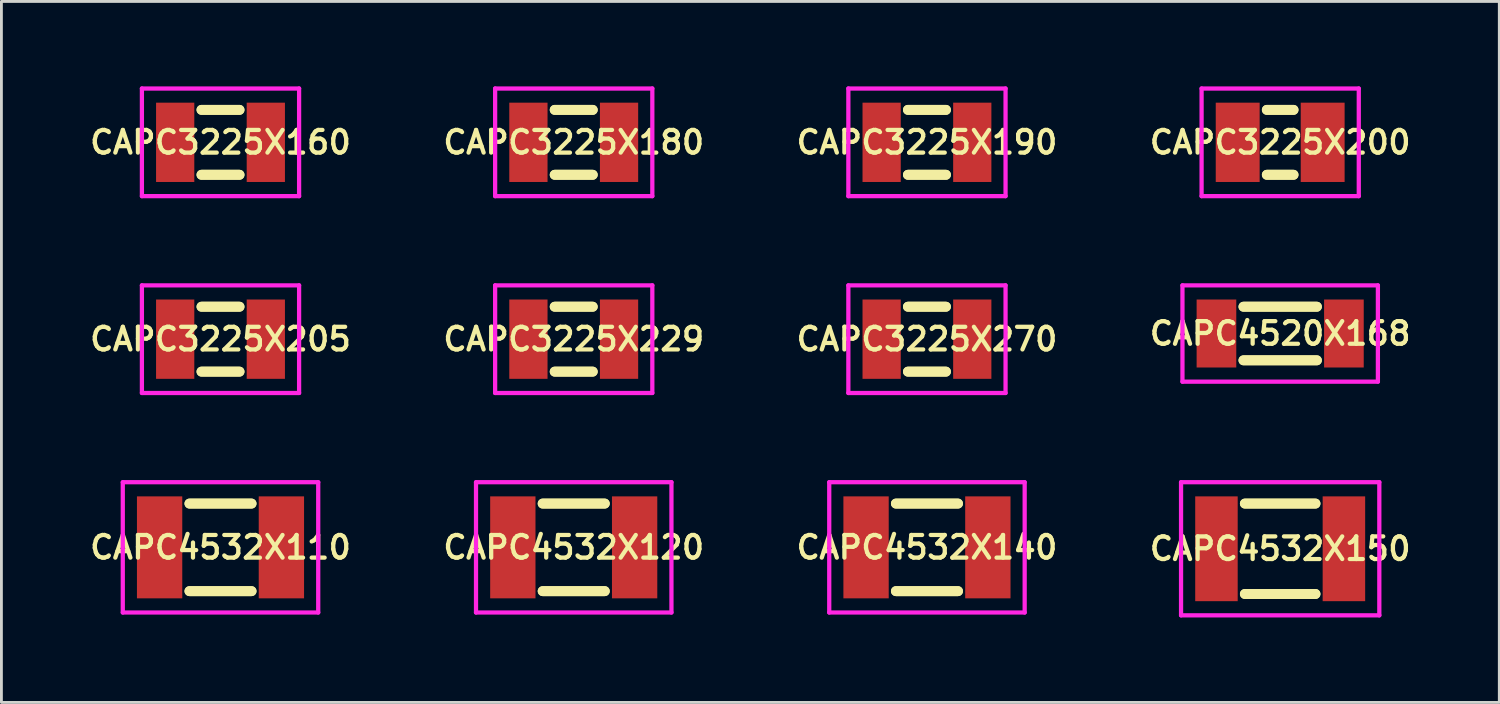
<source format=kicad_pcb>
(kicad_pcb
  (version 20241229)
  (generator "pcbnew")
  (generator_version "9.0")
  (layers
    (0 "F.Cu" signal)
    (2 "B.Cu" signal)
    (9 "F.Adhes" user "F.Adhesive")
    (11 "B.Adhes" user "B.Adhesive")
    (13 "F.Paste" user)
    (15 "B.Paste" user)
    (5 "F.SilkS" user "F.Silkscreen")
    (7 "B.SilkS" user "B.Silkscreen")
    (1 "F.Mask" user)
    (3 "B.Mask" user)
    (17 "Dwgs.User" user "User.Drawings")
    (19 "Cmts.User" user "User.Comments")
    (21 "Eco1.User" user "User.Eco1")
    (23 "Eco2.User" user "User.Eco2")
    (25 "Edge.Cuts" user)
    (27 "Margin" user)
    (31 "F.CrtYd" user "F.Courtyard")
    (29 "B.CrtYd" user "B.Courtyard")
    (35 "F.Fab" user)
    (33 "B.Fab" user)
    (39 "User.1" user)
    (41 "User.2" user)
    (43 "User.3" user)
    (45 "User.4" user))
  (footprint "CAPC3225X205"
    (layer "F.Cu")
    (at 4.735 8.925)
    (property "Reference" "CAPC3225X205" (at 0 0 0) (layer "F.SilkS") (effects (font (size 0.8 0.8) (thickness 0.15))))
    (attr smd)
    (fp_line (start -0.671 -1.146) (end 0.671 -1.146) (stroke (width 0.35) (type solid)) (layer "F.SilkS"))
    (fp_line (start -0.671 1.146) (end 0.671 1.146) (stroke (width 0.35) (type solid)) (layer "F.SilkS"))
    (fp_line (start 0.671 -1.146) (end -0.671 -1.146) (stroke (width 0.35) (type solid)) (layer "F.SilkS"))
    (fp_line (start 0.671 1.146) (end -0.671 1.146) (stroke (width 0.35) (type solid)) (layer "F.SilkS"))
    (fp_line (start -2.775 -1.9) (end 2.775 -1.9) (stroke (width 0.15) (type solid)) (layer "F.CrtYd"))
    (fp_line (start -2.775 1.9) (end -2.775 -1.9) (stroke (width 0.15) (type solid)) (layer "F.CrtYd"))
    (fp_line (start 2.775 -1.9) (end 2.775 1.9) (stroke (width 0.15) (type solid)) (layer "F.CrtYd"))
    (fp_line (start 2.775 1.9) (end -2.775 1.9) (stroke (width 0.15) (type solid)) (layer "F.CrtYd"))
    (pad "1" smd rect (at -1.6 0) (size 1.35 2.8) (layers "F.Cu" "F.Mask" "F.Paste"))
    (pad "2" smd rect (at 1.6 0) (size 1.35 2.8) (layers "F.Cu" "F.Mask" "F.Paste")))
  (footprint "CAPC3225X229"
    (layer "F.Cu")
    (at 17.206 8.925)
    (property "Reference" "CAPC3225X229" (at 0 0 0) (layer "F.SilkS") (effects (font (size 0.8 0.8) (thickness 0.15))))
    (attr smd)
    (fp_line (start -0.671 -1.146) (end 0.671 -1.146) (stroke (width 0.35) (type solid)) (layer "F.SilkS"))
    (fp_line (start -0.671 1.146) (end 0.671 1.146) (stroke (width 0.35) (type solid)) (layer "F.SilkS"))
    (fp_line (start 0.671 -1.146) (end -0.671 -1.146) (stroke (width 0.35) (type solid)) (layer "F.SilkS"))
    (fp_line (start 0.671 1.146) (end -0.671 1.146) (stroke (width 0.35) (type solid)) (layer "F.SilkS"))
    (fp_line (start -2.775 -1.9) (end 2.775 -1.9) (stroke (width 0.15) (type solid)) (layer "F.CrtYd"))
    (fp_line (start -2.775 1.9) (end -2.775 -1.9) (stroke (width 0.15) (type solid)) (layer "F.CrtYd"))
    (fp_line (start 2.775 -1.9) (end 2.775 1.9) (stroke (width 0.15) (type solid)) (layer "F.CrtYd"))
    (fp_line (start 2.775 1.9) (end -2.775 1.9) (stroke (width 0.15) (type solid)) (layer "F.CrtYd"))
    (pad "1" smd rect (at -1.6 0) (size 1.35 2.8) (layers "F.Cu" "F.Mask" "F.Paste"))
    (pad "2" smd rect (at 1.6 0) (size 1.35 2.8) (layers "F.Cu" "F.Mask" "F.Paste")))
  (footprint "CAPC4532X110"
    (layer "F.Cu")
    (at 4.735 16.275)
    (property "Reference" "CAPC4532X110" (at 0 0 0) (layer "F.SilkS") (effects (font (size 0.8 0.8) (thickness 0.15))))
    (attr smd)
    (fp_line (start -1.096 -1.546) (end 1.096 -1.546) (stroke (width 0.35) (type solid)) (layer "F.SilkS"))
    (fp_line (start -1.096 1.546) (end 1.096 1.546) (stroke (width 0.35) (type solid)) (layer "F.SilkS"))
    (fp_line (start 1.096 -1.546) (end -1.096 -1.546) (stroke (width 0.35) (type solid)) (layer "F.SilkS"))
    (fp_line (start 1.096 1.546) (end -1.096 1.546) (stroke (width 0.35) (type solid)) (layer "F.SilkS"))
    (fp_line (start -3.45 -2.3) (end 3.45 -2.3) (stroke (width 0.15) (type solid)) (layer "F.CrtYd"))
    (fp_line (start -3.45 2.3) (end -3.45 -2.3) (stroke (width 0.15) (type solid)) (layer "F.CrtYd"))
    (fp_line (start 3.45 -2.3) (end 3.45 2.3) (stroke (width 0.15) (type solid)) (layer "F.CrtYd"))
    (fp_line (start 3.45 2.3) (end -3.45 2.3) (stroke (width 0.15) (type solid)) (layer "F.CrtYd"))
    (pad "1" smd rect (at -2.15 0) (size 1.6 3.6) (layers "F.Cu" "F.Mask" "F.Paste"))
    (pad "2" smd rect (at 2.15 0) (size 1.6 3.6) (layers "F.Cu" "F.Mask" "F.Paste")))
  (footprint "CAPC4532X120"
    (layer "F.Cu")
    (at 17.206 16.275)
    (property "Reference" "CAPC4532X120" (at 0 0 0) (layer "F.SilkS") (effects (font (size 0.8 0.8) (thickness 0.15))))
    (attr smd)
    (fp_line (start -1.096 -1.546) (end 1.096 -1.546) (stroke (width 0.35) (type solid)) (layer "F.SilkS"))
    (fp_line (start -1.096 1.546) (end 1.096 1.546) (stroke (width 0.35) (type solid)) (layer "F.SilkS"))
    (fp_line (start 1.096 -1.546) (end -1.096 -1.546) (stroke (width 0.35) (type solid)) (layer "F.SilkS"))
    (fp_line (start 1.096 1.546) (end -1.096 1.546) (stroke (width 0.35) (type solid)) (layer "F.SilkS"))
    (fp_line (start -3.45 -2.3) (end 3.45 -2.3) (stroke (width 0.15) (type solid)) (layer "F.CrtYd"))
    (fp_line (start -3.45 2.3) (end -3.45 -2.3) (stroke (width 0.15) (type solid)) (layer "F.CrtYd"))
    (fp_line (start 3.45 -2.3) (end 3.45 2.3) (stroke (width 0.15) (type solid)) (layer "F.CrtYd"))
    (fp_line (start 3.45 2.3) (end -3.45 2.3) (stroke (width 0.15) (type solid)) (layer "F.CrtYd"))
    (pad "1" smd rect (at -2.15 0) (size 1.6 3.6) (layers "F.Cu" "F.Mask" "F.Paste"))
    (pad "2" smd rect (at 2.15 0) (size 1.6 3.6) (layers "F.Cu" "F.Mask" "F.Paste")))
  (footprint "CAPC3225X270"
    (layer "F.Cu")
    (at 29.677 8.925)
    (property "Reference" "CAPC3225X270" (at 0 0 0) (layer "F.SilkS") (effects (font (size 0.8 0.8) (thickness 0.15))))
    (attr smd)
    (fp_line (start -0.671 -1.146) (end 0.671 -1.146) (stroke (width 0.35) (type solid)) (layer "F.SilkS"))
    (fp_line (start -0.671 1.146) (end 0.671 1.146) (stroke (width 0.35) (type solid)) (layer "F.SilkS"))
    (fp_line (start 0.671 -1.146) (end -0.671 -1.146) (stroke (width 0.35) (type solid)) (layer "F.SilkS"))
    (fp_line (start 0.671 1.146) (end -0.671 1.146) (stroke (width 0.35) (type solid)) (layer "F.SilkS"))
    (fp_line (start -2.775 -1.9) (end 2.775 -1.9) (stroke (width 0.15) (type solid)) (layer "F.CrtYd"))
    (fp_line (start -2.775 1.9) (end -2.775 -1.9) (stroke (width 0.15) (type solid)) (layer "F.CrtYd"))
    (fp_line (start 2.775 -1.9) (end 2.775 1.9) (stroke (width 0.15) (type solid)) (layer "F.CrtYd"))
    (fp_line (start 2.775 1.9) (end -2.775 1.9) (stroke (width 0.15) (type solid)) (layer "F.CrtYd"))
    (pad "1" smd rect (at -1.6 0) (size 1.35 2.8) (layers "F.Cu" "F.Mask" "F.Paste"))
    (pad "2" smd rect (at 1.6 0) (size 1.35 2.8) (layers "F.Cu" "F.Mask" "F.Paste")))
  (footprint "CAPC3225X160"
    (layer "F.Cu")
    (at 4.735 1.975)
    (property "Reference" "CAPC3225X160" (at 0 0 0) (layer "F.SilkS") (effects (font (size 0.8 0.8) (thickness 0.15))))
    (attr smd)
    (fp_line (start -0.671 -1.146) (end 0.671 -1.146) (stroke (width 0.35) (type solid)) (layer "F.SilkS"))
    (fp_line (start -0.671 1.146) (end 0.671 1.146) (stroke (width 0.35) (type solid)) (layer "F.SilkS"))
    (fp_line (start 0.671 -1.146) (end -0.671 -1.146) (stroke (width 0.35) (type solid)) (layer "F.SilkS"))
    (fp_line (start 0.671 1.146) (end -0.671 1.146) (stroke (width 0.35) (type solid)) (layer "F.SilkS"))
    (fp_line (start -2.775 -1.9) (end 2.775 -1.9) (stroke (width 0.15) (type solid)) (layer "F.CrtYd"))
    (fp_line (start -2.775 1.9) (end -2.775 -1.9) (stroke (width 0.15) (type solid)) (layer "F.CrtYd"))
    (fp_line (start 2.775 -1.9) (end 2.775 1.9) (stroke (width 0.15) (type solid)) (layer "F.CrtYd"))
    (fp_line (start 2.775 1.9) (end -2.775 1.9) (stroke (width 0.15) (type solid)) (layer "F.CrtYd"))
    (pad "1" smd rect (at -1.6 0) (size 1.35 2.8) (layers "F.Cu" "F.Mask" "F.Paste"))
    (pad "2" smd rect (at 1.6 0) (size 1.35 2.8) (layers "F.Cu" "F.Mask" "F.Paste")))
  (footprint "CAPC4520X168"
    (layer "F.Cu")
    (at 42.148 8.725)
    (property "Reference" "CAPC4520X168" (at 0 0 0) (layer "F.SilkS") (effects (font (size 0.8 0.8) (thickness 0.15))))
    (attr smd)
    (fp_line (start -1.296 -0.946) (end 1.296 -0.946) (stroke (width 0.35) (type solid)) (layer "F.SilkS"))
    (fp_line (start -1.296 0.946) (end 1.296 0.946) (stroke (width 0.35) (type solid)) (layer "F.SilkS"))
    (fp_line (start 1.296 -0.946) (end -1.296 -0.946) (stroke (width 0.35) (type solid)) (layer "F.SilkS"))
    (fp_line (start 1.296 0.946) (end -1.296 0.946) (stroke (width 0.35) (type solid)) (layer "F.SilkS"))
    (fp_line (start -3.45 -1.7) (end 3.45 -1.7) (stroke (width 0.15) (type solid)) (layer "F.CrtYd"))
    (fp_line (start -3.45 1.7) (end -3.45 -1.7) (stroke (width 0.15) (type solid)) (layer "F.CrtYd"))
    (fp_line (start 3.45 -1.7) (end 3.45 1.7) (stroke (width 0.15) (type solid)) (layer "F.CrtYd"))
    (fp_line (start 3.45 1.7) (end -3.45 1.7) (stroke (width 0.15) (type solid)) (layer "F.CrtYd"))
    (pad "1" smd rect (at -2.25 0) (size 1.4 2.4) (layers "F.Cu" "F.Mask" "F.Paste"))
    (pad "2" smd rect (at 2.25 0) (size 1.4 2.4) (layers "F.Cu" "F.Mask" "F.Paste")))
  (footprint "CAPC3225X180"
    (layer "F.Cu")
    (at 17.206 1.975)
    (property "Reference" "CAPC3225X180" (at 0 0 0) (layer "F.SilkS") (effects (font (size 0.8 0.8) (thickness 0.15))))
    (attr smd)
    (fp_line (start -0.671 -1.146) (end 0.671 -1.146) (stroke (width 0.35) (type solid)) (layer "F.SilkS"))
    (fp_line (start -0.671 1.146) (end 0.671 1.146) (stroke (width 0.35) (type solid)) (layer "F.SilkS"))
    (fp_line (start 0.671 -1.146) (end -0.671 -1.146) (stroke (width 0.35) (type solid)) (layer "F.SilkS"))
    (fp_line (start 0.671 1.146) (end -0.671 1.146) (stroke (width 0.35) (type solid)) (layer "F.SilkS"))
    (fp_line (start -2.775 -1.9) (end 2.775 -1.9) (stroke (width 0.15) (type solid)) (layer "F.CrtYd"))
    (fp_line (start -2.775 1.9) (end -2.775 -1.9) (stroke (width 0.15) (type solid)) (layer "F.CrtYd"))
    (fp_line (start 2.775 -1.9) (end 2.775 1.9) (stroke (width 0.15) (type solid)) (layer "F.CrtYd"))
    (fp_line (start 2.775 1.9) (end -2.775 1.9) (stroke (width 0.15) (type solid)) (layer "F.CrtYd"))
    (pad "1" smd rect (at -1.6 0) (size 1.35 2.8) (layers "F.Cu" "F.Mask" "F.Paste"))
    (pad "2" smd rect (at 1.6 0) (size 1.35 2.8) (layers "F.Cu" "F.Mask" "F.Paste")))
  (footprint "CAPC4532X140"
    (layer "F.Cu")
    (at 29.677 16.275)
    (property "Reference" "CAPC4532X140" (at 0 0 0) (layer "F.SilkS") (effects (font (size 0.8 0.8) (thickness 0.15))))
    (attr smd)
    (fp_line (start -1.096 -1.546) (end 1.096 -1.546) (stroke (width 0.35) (type solid)) (layer "F.SilkS"))
    (fp_line (start -1.096 1.546) (end 1.096 1.546) (stroke (width 0.35) (type solid)) (layer "F.SilkS"))
    (fp_line (start 1.096 -1.546) (end -1.096 -1.546) (stroke (width 0.35) (type solid)) (layer "F.SilkS"))
    (fp_line (start 1.096 1.546) (end -1.096 1.546) (stroke (width 0.35) (type solid)) (layer "F.SilkS"))
    (fp_line (start -3.45 -2.3) (end 3.45 -2.3) (stroke (width 0.15) (type solid)) (layer "F.CrtYd"))
    (fp_line (start -3.45 2.3) (end -3.45 -2.3) (stroke (width 0.15) (type solid)) (layer "F.CrtYd"))
    (fp_line (start 3.45 -2.3) (end 3.45 2.3) (stroke (width 0.15) (type solid)) (layer "F.CrtYd"))
    (fp_line (start 3.45 2.3) (end -3.45 2.3) (stroke (width 0.15) (type solid)) (layer "F.CrtYd"))
    (pad "1" smd rect (at -2.15 0) (size 1.6 3.6) (layers "F.Cu" "F.Mask" "F.Paste"))
    (pad "2" smd rect (at 2.15 0) (size 1.6 3.6) (layers "F.Cu" "F.Mask" "F.Paste")))
  (footprint "CAPC4532X150"
    (layer "F.Cu")
    (at 42.148 16.325)
    (property "Reference" "CAPC4532X150" (at 0 0 0) (layer "F.SilkS") (effects (font (size 0.8 0.8) (thickness 0.15))))
    (attr smd)
    (fp_line (start -1.246 -1.596) (end 1.246 -1.596) (stroke (width 0.35) (type solid)) (layer "F.SilkS"))
    (fp_line (start -1.246 1.596) (end 1.246 1.596) (stroke (width 0.35) (type solid)) (layer "F.SilkS"))
    (fp_line (start 1.246 -1.596) (end -1.246 -1.596) (stroke (width 0.35) (type solid)) (layer "F.SilkS"))
    (fp_line (start 1.246 1.596) (end -1.246 1.596) (stroke (width 0.35) (type solid)) (layer "F.SilkS"))
    (fp_line (start -3.5 -2.35) (end 3.5 -2.35) (stroke (width 0.15) (type solid)) (layer "F.CrtYd"))
    (fp_line (start -3.5 2.35) (end -3.5 -2.35) (stroke (width 0.15) (type solid)) (layer "F.CrtYd"))
    (fp_line (start 3.5 -2.35) (end 3.5 2.35) (stroke (width 0.15) (type solid)) (layer "F.CrtYd"))
    (fp_line (start 3.5 2.35) (end -3.5 2.35) (stroke (width 0.15) (type solid)) (layer "F.CrtYd"))
    (pad "1" smd rect (at -2.25 0) (size 1.5 3.7) (layers "F.Cu" "F.Mask" "F.Paste"))
    (pad "2" smd rect (at 2.25 0) (size 1.5 3.7) (layers "F.Cu" "F.Mask" "F.Paste")))
  (footprint "CAPC3225X190"
    (layer "F.Cu")
    (at 29.677 1.975)
    (property "Reference" "CAPC3225X190" (at 0 0 0) (layer "F.SilkS") (effects (font (size 0.8 0.8) (thickness 0.15))))
    (attr smd)
    (fp_line (start -0.671 -1.146) (end 0.671 -1.146) (stroke (width 0.35) (type solid)) (layer "F.SilkS"))
    (fp_line (start -0.671 1.146) (end 0.671 1.146) (stroke (width 0.35) (type solid)) (layer "F.SilkS"))
    (fp_line (start 0.671 -1.146) (end -0.671 -1.146) (stroke (width 0.35) (type solid)) (layer "F.SilkS"))
    (fp_line (start 0.671 1.146) (end -0.671 1.146) (stroke (width 0.35) (type solid)) (layer "F.SilkS"))
    (fp_line (start -2.775 -1.9) (end 2.775 -1.9) (stroke (width 0.15) (type solid)) (layer "F.CrtYd"))
    (fp_line (start -2.775 1.9) (end -2.775 -1.9) (stroke (width 0.15) (type solid)) (layer "F.CrtYd"))
    (fp_line (start 2.775 -1.9) (end 2.775 1.9) (stroke (width 0.15) (type solid)) (layer "F.CrtYd"))
    (fp_line (start 2.775 1.9) (end -2.775 1.9) (stroke (width 0.15) (type solid)) (layer "F.CrtYd"))
    (pad "1" smd rect (at -1.6 0) (size 1.35 2.8) (layers "F.Cu" "F.Mask" "F.Paste"))
    (pad "2" smd rect (at 1.6 0) (size 1.35 2.8) (layers "F.Cu" "F.Mask" "F.Paste")))
  (footprint "CAPC3225X200"
    (layer "F.Cu")
    (at 42.148 1.975)
    (property "Reference" "CAPC3225X200" (at 0 0 0) (layer "F.SilkS") (effects (font (size 0.8 0.8) (thickness 0.15))))
    (attr smd)
    (fp_line (start -0.471 -1.146) (end 0.471 -1.146) (stroke (width 0.35) (type solid)) (layer "F.SilkS"))
    (fp_line (start -0.471 1.146) (end 0.471 1.146) (stroke (width 0.35) (type solid)) (layer "F.SilkS"))
    (fp_line (start 0.471 -1.146) (end -0.471 -1.146) (stroke (width 0.35) (type solid)) (layer "F.SilkS"))
    (fp_line (start 0.471 1.146) (end -0.471 1.146) (stroke (width 0.35) (type solid)) (layer "F.SilkS"))
    (fp_line (start -2.775 -1.9) (end 2.775 -1.9) (stroke (width 0.15) (type solid)) (layer "F.CrtYd"))
    (fp_line (start -2.775 1.9) (end -2.775 -1.9) (stroke (width 0.15) (type solid)) (layer "F.CrtYd"))
    (fp_line (start 2.775 -1.9) (end 2.775 1.9) (stroke (width 0.15) (type solid)) (layer "F.CrtYd"))
    (fp_line (start 2.775 1.9) (end -2.775 1.9) (stroke (width 0.15) (type solid)) (layer "F.CrtYd"))
    (pad "1" smd rect (at -1.5 0) (size 1.55 2.8) (layers "F.Cu" "F.Mask" "F.Paste"))
    (pad "2" smd rect (at 1.5 0) (size 1.55 2.8) (layers "F.Cu" "F.Mask" "F.Paste")))
  (gr_rect
    (start -3 -3)
    (end 49.884 21.75)
    (stroke (width 0.1) (type default))
    (fill no)
    (layer "Edge.Cuts")))
</source>
